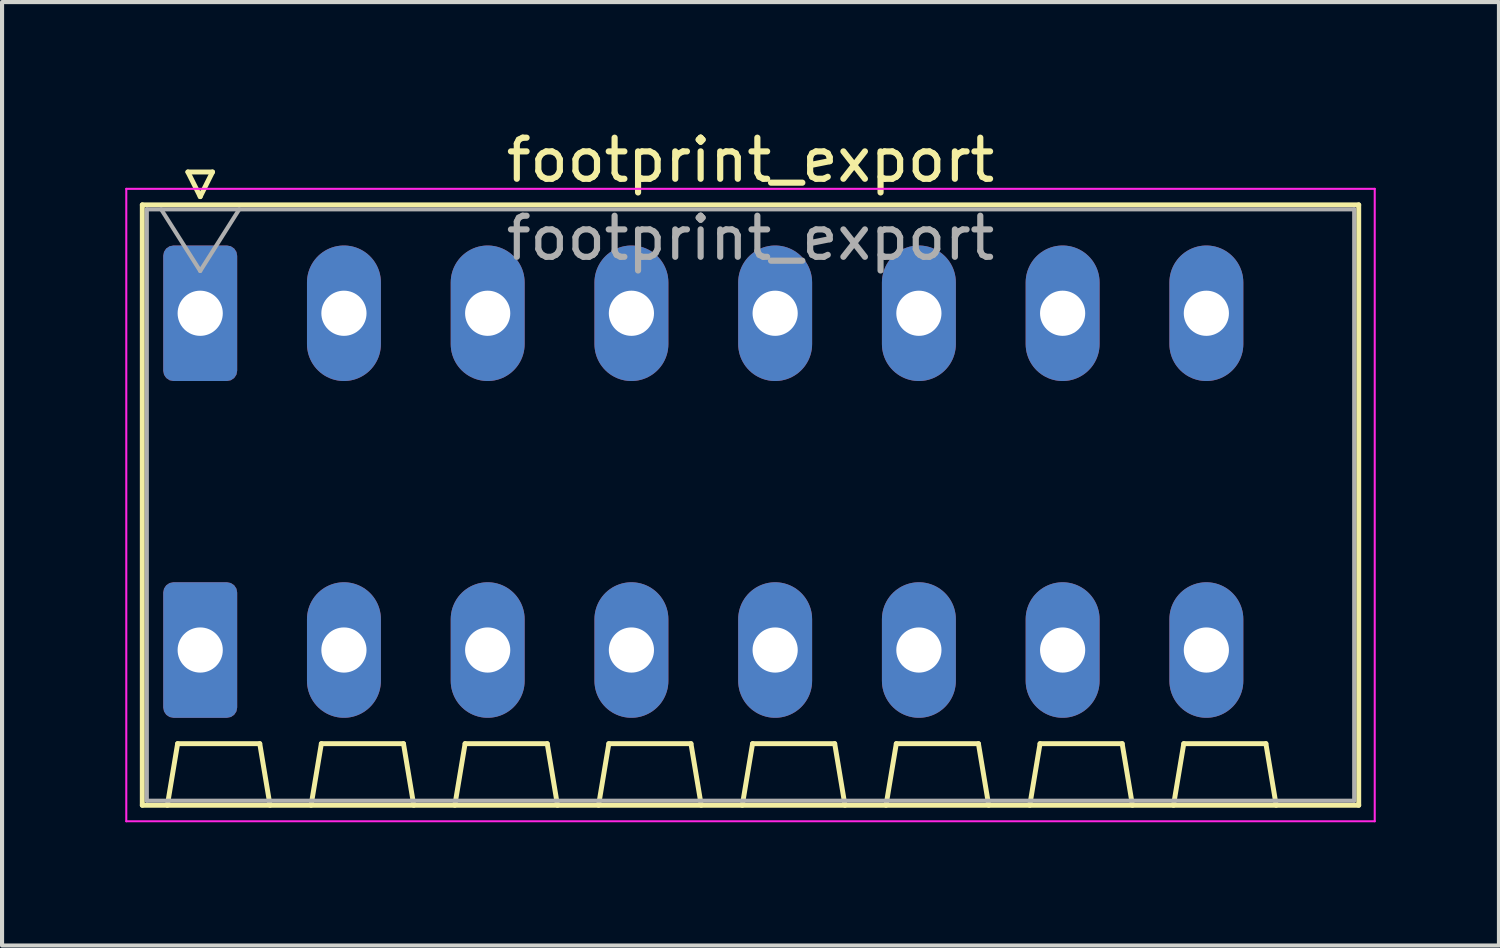
<source format=kicad_pcb>
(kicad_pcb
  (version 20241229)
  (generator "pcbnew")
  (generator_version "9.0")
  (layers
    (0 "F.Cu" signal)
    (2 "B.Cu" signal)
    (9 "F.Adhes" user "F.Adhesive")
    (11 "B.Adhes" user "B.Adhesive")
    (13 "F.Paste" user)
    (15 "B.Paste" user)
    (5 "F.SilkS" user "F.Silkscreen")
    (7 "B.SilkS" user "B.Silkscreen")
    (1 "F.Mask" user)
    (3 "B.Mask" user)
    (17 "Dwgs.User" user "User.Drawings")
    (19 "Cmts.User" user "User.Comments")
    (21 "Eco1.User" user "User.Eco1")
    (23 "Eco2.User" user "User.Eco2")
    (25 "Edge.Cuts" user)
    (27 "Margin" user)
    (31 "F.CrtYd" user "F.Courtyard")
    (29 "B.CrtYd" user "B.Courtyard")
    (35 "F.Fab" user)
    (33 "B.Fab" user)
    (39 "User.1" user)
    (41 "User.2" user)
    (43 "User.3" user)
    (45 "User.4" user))
  (footprint "footprint_export"
    (layer "F.Cu")
    (at 1.825 4.578)
    (property "Reference" "footprint_export" (at 13.4 -3.73 0) (layer "F.SilkS") (effects (font (size 1 1) (thickness 0.15))))
    (attr through_hole)
    (fp_line (start -1.41 -2.64) (end 28.21 -2.64) (stroke (width 0.12) (type solid)) (layer "F.SilkS"))
    (fp_line (start -1.41 11.98) (end -1.41 -2.64) (stroke (width 0.12) (type solid)) (layer "F.SilkS"))
    (fp_line (start -0.8 11.98) (end -0.55 10.48) (stroke (width 0.12) (type solid)) (layer "F.SilkS"))
    (fp_line (start -0.55 10.48) (end 1.45 10.48) (stroke (width 0.12) (type solid)) (layer "F.SilkS"))
    (fp_line (start -0.3 -3.44) (end 0 -2.84) (stroke (width 0.12) (type solid)) (layer "F.SilkS"))
    (fp_line (start -0.3 -3.44) (end 0.3 -3.44) (stroke (width 0.12) (type solid)) (layer "F.SilkS"))
    (fp_line (start 0.3 -3.44) (end 0 -2.84) (stroke (width 0.12) (type solid)) (layer "F.SilkS"))
    (fp_line (start 1.7 11.98) (end 1.45 10.48) (stroke (width 0.12) (type solid)) (layer "F.SilkS"))
    (fp_line (start 2.7 11.98) (end 2.95 10.48) (stroke (width 0.12) (type solid)) (layer "F.SilkS"))
    (fp_line (start 2.95 10.48) (end 4.95 10.48) (stroke (width 0.12) (type solid)) (layer "F.SilkS"))
    (fp_line (start 5.2 11.98) (end 4.95 10.48) (stroke (width 0.12) (type solid)) (layer "F.SilkS"))
    (fp_line (start 6.2 11.98) (end 6.45 10.48) (stroke (width 0.12) (type solid)) (layer "F.SilkS"))
    (fp_line (start 6.45 10.48) (end 8.45 10.48) (stroke (width 0.12) (type solid)) (layer "F.SilkS"))
    (fp_line (start 8.7 11.98) (end 8.45 10.48) (stroke (width 0.12) (type solid)) (layer "F.SilkS"))
    (fp_line (start 9.7 11.98) (end 9.95 10.48) (stroke (width 0.12) (type solid)) (layer "F.SilkS"))
    (fp_line (start 9.95 10.48) (end 11.95 10.48) (stroke (width 0.12) (type solid)) (layer "F.SilkS"))
    (fp_line (start 12.2 11.98) (end 11.95 10.48) (stroke (width 0.12) (type solid)) (layer "F.SilkS"))
    (fp_line (start 13.2 11.98) (end 13.45 10.48) (stroke (width 0.12) (type solid)) (layer "F.SilkS"))
    (fp_line (start 13.45 10.48) (end 15.45 10.48) (stroke (width 0.12) (type solid)) (layer "F.SilkS"))
    (fp_line (start 15.7 11.98) (end 15.45 10.48) (stroke (width 0.12) (type solid)) (layer "F.SilkS"))
    (fp_line (start 16.7 11.98) (end 16.95 10.48) (stroke (width 0.12) (type solid)) (layer "F.SilkS"))
    (fp_line (start 16.95 10.48) (end 18.95 10.48) (stroke (width 0.12) (type solid)) (layer "F.SilkS"))
    (fp_line (start 19.2 11.98) (end 18.95 10.48) (stroke (width 0.12) (type solid)) (layer "F.SilkS"))
    (fp_line (start 20.2 11.98) (end 20.45 10.48) (stroke (width 0.12) (type solid)) (layer "F.SilkS"))
    (fp_line (start 20.45 10.48) (end 22.45 10.48) (stroke (width 0.12) (type solid)) (layer "F.SilkS"))
    (fp_line (start 22.7 11.98) (end 22.45 10.48) (stroke (width 0.12) (type solid)) (layer "F.SilkS"))
    (fp_line (start 23.7 11.98) (end 23.95 10.48) (stroke (width 0.12) (type solid)) (layer "F.SilkS"))
    (fp_line (start 23.95 10.48) (end 25.95 10.48) (stroke (width 0.12) (type solid)) (layer "F.SilkS"))
    (fp_line (start 26.2 11.98) (end 25.95 10.48) (stroke (width 0.12) (type solid)) (layer "F.SilkS"))
    (fp_line (start 28.21 -2.64) (end 28.21 11.98) (stroke (width 0.12) (type solid)) (layer "F.SilkS"))
    (fp_line (start 28.21 11.98) (end -1.41 11.98) (stroke (width 0.12) (type solid)) (layer "F.SilkS"))
    (fp_line (start -1.8 -3.03) (end -1.8 12.37) (stroke (width 0.05) (type solid)) (layer "F.CrtYd"))
    (fp_line (start -1.8 12.37) (end 28.6 12.37) (stroke (width 0.05) (type solid)) (layer "F.CrtYd"))
    (fp_line (start 28.6 -3.03) (end -1.8 -3.03) (stroke (width 0.05) (type solid)) (layer "F.CrtYd"))
    (fp_line (start 28.6 12.37) (end 28.6 -3.03) (stroke (width 0.05) (type solid)) (layer "F.CrtYd"))
    (fp_line (start -1.3 -2.53) (end -1.3 11.87) (stroke (width 0.1) (type solid)) (layer "F.Fab"))
    (fp_line (start -1.3 11.87) (end 28.1 11.87) (stroke (width 0.1) (type solid)) (layer "F.Fab"))
    (fp_line (start -0.95 -2.53) (end 0 -1.03) (stroke (width 0.1) (type solid)) (layer "F.Fab"))
    (fp_line (start 0.95 -2.53) (end 0 -1.03) (stroke (width 0.1) (type solid)) (layer "F.Fab"))
    (fp_line (start 28.1 -2.53) (end -1.3 -2.53) (stroke (width 0.1) (type solid)) (layer "F.Fab"))
    (fp_line (start 28.1 11.87) (end 28.1 -2.53) (stroke (width 0.1) (type solid)) (layer "F.Fab"))
    (fp_text user "${REFERENCE}" (at 13.4 -1.83 0) (layer "F.Fab") (effects (font (size 1 1) (thickness 0.15))))
    (pad "1" thru_hole roundrect (at 0 0) (size 1.8 3.3) (drill 1.1) (layers "*.Cu" "*.Mask") (roundrect_rratio 0.139))
    (pad "1" thru_hole roundrect (at 0 8.2) (size 1.8 3.3) (drill 1.1) (layers "*.Cu" "*.Mask") (roundrect_rratio 0.139))
    (pad "2" thru_hole oval (at 3.5 0) (size 1.8 3.3) (drill 1.1) (layers "*.Cu" "*.Mask"))
    (pad "2" thru_hole oval (at 3.5 8.2) (size 1.8 3.3) (drill 1.1) (layers "*.Cu" "*.Mask"))
    (pad "3" thru_hole oval (at 7 0) (size 1.8 3.3) (drill 1.1) (layers "*.Cu" "*.Mask"))
    (pad "3" thru_hole oval (at 7 8.2) (size 1.8 3.3) (drill 1.1) (layers "*.Cu" "*.Mask"))
    (pad "4" thru_hole oval (at 10.5 0) (size 1.8 3.3) (drill 1.1) (layers "*.Cu" "*.Mask"))
    (pad "4" thru_hole oval (at 10.5 8.2) (size 1.8 3.3) (drill 1.1) (layers "*.Cu" "*.Mask"))
    (pad "5" thru_hole oval (at 14 0) (size 1.8 3.3) (drill 1.1) (layers "*.Cu" "*.Mask"))
    (pad "5" thru_hole oval (at 14 8.2) (size 1.8 3.3) (drill 1.1) (layers "*.Cu" "*.Mask"))
    (pad "6" thru_hole oval (at 17.5 0) (size 1.8 3.3) (drill 1.1) (layers "*.Cu" "*.Mask"))
    (pad "6" thru_hole oval (at 17.5 8.2) (size 1.8 3.3) (drill 1.1) (layers "*.Cu" "*.Mask"))
    (pad "7" thru_hole oval (at 21 0) (size 1.8 3.3) (drill 1.1) (layers "*.Cu" "*.Mask"))
    (pad "7" thru_hole oval (at 21 8.2) (size 1.8 3.3) (drill 1.1) (layers "*.Cu" "*.Mask"))
    (pad "8" thru_hole oval (at 24.5 0) (size 1.8 3.3) (drill 1.1) (layers "*.Cu" "*.Mask"))
    (pad "8" thru_hole oval (at 24.5 8.2) (size 1.8 3.3) (drill 1.1) (layers "*.Cu" "*.Mask")))
  (gr_rect
    (start -3 -3)
    (end 33.45 19.973)
    (stroke (width 0.1) (type default))
    (fill no)
    (layer "Edge.Cuts")))
</source>
